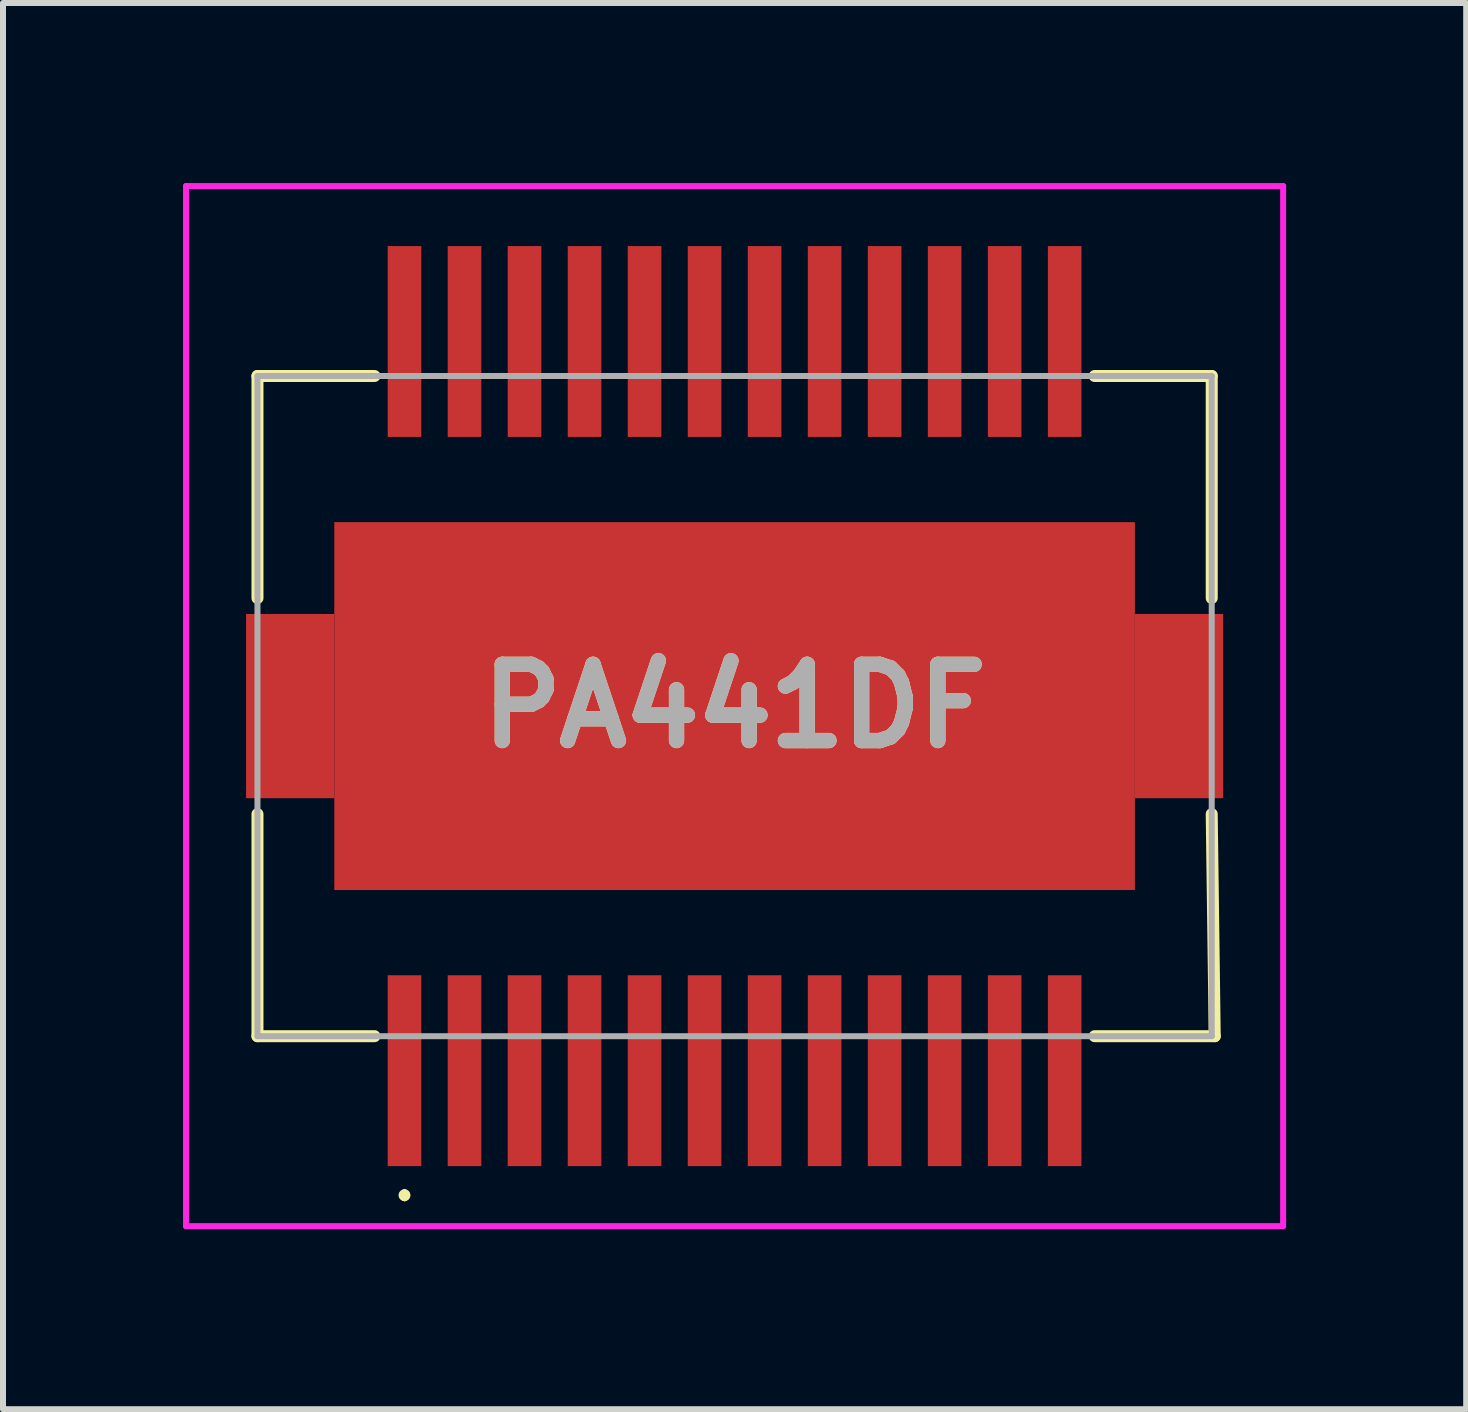
<source format=kicad_pcb>
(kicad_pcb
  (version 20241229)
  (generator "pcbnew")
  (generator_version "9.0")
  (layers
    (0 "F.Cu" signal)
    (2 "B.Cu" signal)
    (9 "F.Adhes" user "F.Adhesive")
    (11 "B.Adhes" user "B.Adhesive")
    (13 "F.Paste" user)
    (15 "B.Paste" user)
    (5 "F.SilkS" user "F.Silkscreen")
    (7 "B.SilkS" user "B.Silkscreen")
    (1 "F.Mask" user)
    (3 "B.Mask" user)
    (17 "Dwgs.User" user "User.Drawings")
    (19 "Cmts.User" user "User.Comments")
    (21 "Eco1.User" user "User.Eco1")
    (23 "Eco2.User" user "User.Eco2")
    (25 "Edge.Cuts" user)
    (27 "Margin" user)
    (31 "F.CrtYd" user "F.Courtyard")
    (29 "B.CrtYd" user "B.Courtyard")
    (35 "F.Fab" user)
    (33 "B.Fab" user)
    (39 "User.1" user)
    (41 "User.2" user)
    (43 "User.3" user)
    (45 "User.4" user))
  (footprint "PA441DF"
    (layer "F.Cu")
    (at 9.19 8.715)
    (property "Reference" "PA441DF" (at 0 0 0) (layer "F.SilkS") (effects (font (size 1.27 1.27) (thickness 0.254))))
    (attr smd)
    (fp_line (start -7.95 -5.5) (end -7.95 -1.8) (stroke (width 0.2) (type solid)) (layer "F.SilkS"))
    (fp_line (start -7.95 1.8) (end -7.95 5.5) (stroke (width 0.2) (type solid)) (layer "F.SilkS"))
    (fp_line (start -7.95 5.5) (end -6 5.5) (stroke (width 0.2) (type solid)) (layer "F.SilkS"))
    (fp_line (start -6 -5.5) (end -7.95 -5.5) (stroke (width 0.2) (type solid)) (layer "F.SilkS"))
    (fp_line (start -5.5 8.1) (end -5.5 8.1) (stroke (width 0.1) (type solid)) (layer "F.SilkS"))
    (fp_line (start -5.5 8.2) (end -5.5 8.2) (stroke (width 0.1) (type solid)) (layer "F.SilkS"))
    (fp_line (start 6 5.5) (end 8 5.5) (stroke (width 0.2) (type solid)) (layer "F.SilkS"))
    (fp_line (start 7.95 -5.5) (end 6 -5.5) (stroke (width 0.2) (type solid)) (layer "F.SilkS"))
    (fp_line (start 7.95 -1.8) (end 7.95 -5.5) (stroke (width 0.2) (type solid)) (layer "F.SilkS"))
    (fp_line (start 8 5.5) (end 7.95 1.8) (stroke (width 0.2) (type solid)) (layer "F.SilkS"))
    (fp_arc (start -5.5 8.1) (mid -5.45 8.15) (end -5.5 8.2) (stroke (width 0.1) (type solid)) (layer "F.SilkS"))
    (fp_arc (start -5.5 8.2) (mid -5.55 8.15) (end -5.5 8.1) (stroke (width 0.1) (type solid)) (layer "F.SilkS"))
    (fp_line (start -9.14 -8.665) (end 9.14 -8.665) (stroke (width 0.1) (type solid)) (layer "F.CrtYd"))
    (fp_line (start -9.14 8.665) (end -9.14 -8.665) (stroke (width 0.1) (type solid)) (layer "F.CrtYd"))
    (fp_line (start 9.14 -8.665) (end 9.14 8.665) (stroke (width 0.1) (type solid)) (layer "F.CrtYd"))
    (fp_line (start 9.14 8.665) (end -9.14 8.665) (stroke (width 0.1) (type solid)) (layer "F.CrtYd"))
    (fp_line (start -7.95 -5.5) (end -7.95 5.5) (stroke (width 0.1) (type solid)) (layer "F.Fab"))
    (fp_line (start -7.95 5.5) (end 7.95 5.5) (stroke (width 0.1) (type solid)) (layer "F.Fab"))
    (fp_line (start 7.95 -5.5) (end -7.95 -5.5) (stroke (width 0.1) (type solid)) (layer "F.Fab"))
    (fp_line (start 7.95 5.5) (end 7.95 -5.5) (stroke (width 0.1) (type solid)) (layer "F.Fab"))
    (fp_text user "${REFERENCE}" (at 0 0 0) (layer "F.Fab") (effects (font (size 1.27 1.27) (thickness 0.254))))
    (pad "1" smd rect (at -5.5 6.075) (size 0.56 3.18) (layers "F.Cu" "F.Mask" "F.Paste"))
    (pad "2" smd rect (at -4.5 6.075) (size 0.56 3.18) (layers "F.Cu" "F.Mask" "F.Paste"))
    (pad "3" smd rect (at -3.5 6.075) (size 0.56 3.18) (layers "F.Cu" "F.Mask" "F.Paste"))
    (pad "4" smd rect (at -2.5 6.075) (size 0.56 3.18) (layers "F.Cu" "F.Mask" "F.Paste"))
    (pad "5" smd rect (at -1.5 6.075) (size 0.56 3.18) (layers "F.Cu" "F.Mask" "F.Paste"))
    (pad "6" smd rect (at -0.5 6.075) (size 0.56 3.18) (layers "F.Cu" "F.Mask" "F.Paste"))
    (pad "7" smd rect (at 0.5 6.075) (size 0.56 3.18) (layers "F.Cu" "F.Mask" "F.Paste"))
    (pad "8" smd rect (at 1.5 6.075) (size 0.56 3.18) (layers "F.Cu" "F.Mask" "F.Paste"))
    (pad "9" smd rect (at 2.5 6.075) (size 0.56 3.18) (layers "F.Cu" "F.Mask" "F.Paste"))
    (pad "10" smd rect (at 3.5 6.075) (size 0.56 3.18) (layers "F.Cu" "F.Mask" "F.Paste"))
    (pad "11" smd rect (at 4.5 6.075) (size 0.56 3.18) (layers "F.Cu" "F.Mask" "F.Paste"))
    (pad "12" smd rect (at 5.5 6.075) (size 0.56 3.18) (layers "F.Cu" "F.Mask" "F.Paste"))
    (pad "13" smd rect (at 5.5 -6.075) (size 0.56 3.18) (layers "F.Cu" "F.Mask" "F.Paste"))
    (pad "14" smd rect (at 4.5 -6.075) (size 0.56 3.18) (layers "F.Cu" "F.Mask" "F.Paste"))
    (pad "15" smd rect (at 3.5 -6.075) (size 0.56 3.18) (layers "F.Cu" "F.Mask" "F.Paste"))
    (pad "16" smd rect (at 2.5 -6.075) (size 0.56 3.18) (layers "F.Cu" "F.Mask" "F.Paste"))
    (pad "17" smd rect (at 1.5 -6.075) (size 0.56 3.18) (layers "F.Cu" "F.Mask" "F.Paste"))
    (pad "18" smd rect (at 0.5 -6.075) (size 0.56 3.18) (layers "F.Cu" "F.Mask" "F.Paste"))
    (pad "19" smd rect (at -0.5 -6.075) (size 0.56 3.18) (layers "F.Cu" "F.Mask" "F.Paste"))
    (pad "20" smd rect (at -1.5 -6.075) (size 0.56 3.18) (layers "F.Cu" "F.Mask" "F.Paste"))
    (pad "21" smd rect (at -2.5 -6.075) (size 0.56 3.18) (layers "F.Cu" "F.Mask" "F.Paste"))
    (pad "22" smd rect (at -3.5 -6.075) (size 0.56 3.18) (layers "F.Cu" "F.Mask" "F.Paste"))
    (pad "23" smd rect (at -4.5 -6.075) (size 0.56 3.18) (layers "F.Cu" "F.Mask" "F.Paste"))
    (pad "24" smd rect (at -5.5 -6.075) (size 0.56 3.18) (layers "F.Cu" "F.Mask" "F.Paste"))
    (pad "25" smd rect (at 0 0 90) (size 6.13 13.34) (layers "F.Cu" "F.Mask" "F.Paste"))
    (pad "26" smd rect (at -7.405 0) (size 1.47 3.07) (layers "F.Cu" "F.Mask" "F.Paste"))
    (pad "27" smd rect (at 7.405 0) (size 1.47 3.07) (layers "F.Cu" "F.Mask" "F.Paste")))
  (gr_rect
    (start -3 -3)
    (end 21.38 20.43)
    (stroke (width 0.1) (type default))
    (fill no)
    (layer "Edge.Cuts")))
</source>
